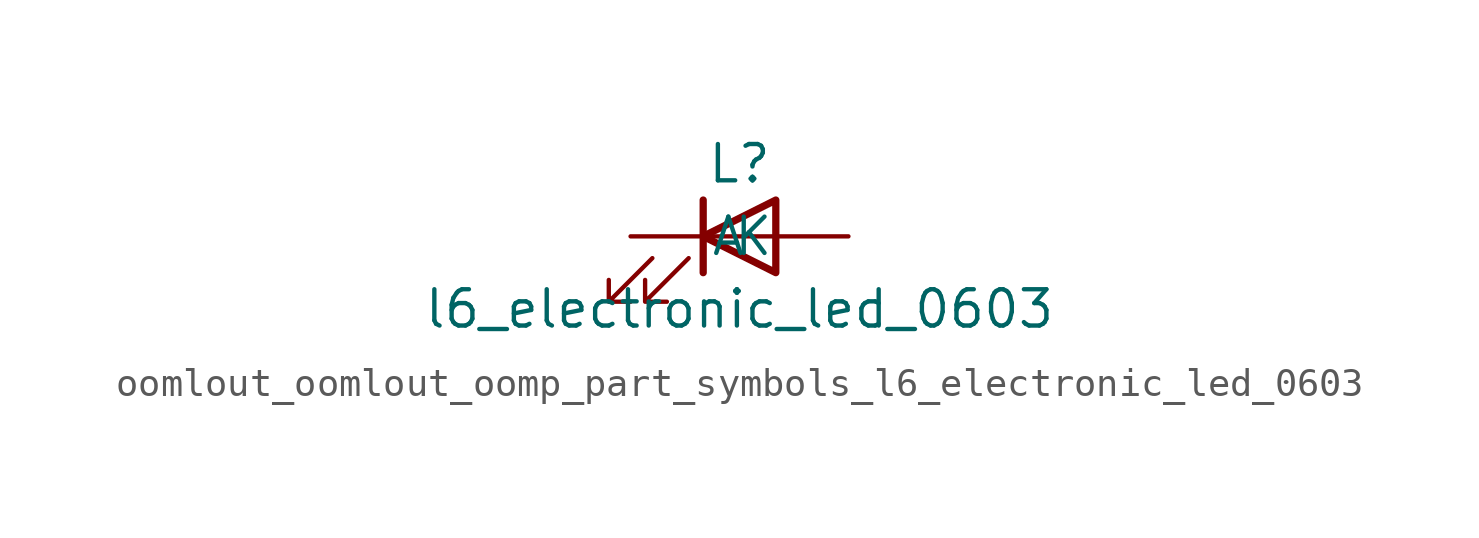
<source format=kicad_sym>
(kicad_symbol_lib
  (version 20220914)
  (generator kicad_symbol_editor)
  (symbol "oomlout_oomlout_oomp_part_symbols_l6_electronic_led_0603"
    (pin_numbers hide)
    (pin_names
      (offset 1.016))
    (property "Reference" "L"
      (at 0 2.54 0)
      (effects (font (size 1.27 1.27))))
    (property "Value" "l6_electronic_led_0603"
      (at 0 -2.54 0)
      (effects (font (size 1.27 1.27))))
    (symbol "oomlout_oomlout_oomp_part_symbols_l6_electronic_led_0603_0_1"
      (polyline (pts (xy -1.27 -1.27) (xy -1.27 1.27)) (stroke (width 0.254) (type default)) (fill (type none)))
      (polyline (pts (xy -1.27 0) (xy 1.27 0)) (stroke (width 0) (type default)) (fill (type none)))
      (polyline (pts (xy 1.27 -1.27) (xy 1.27 1.27) (xy -1.27 0) (xy 1.27 -1.27)) (stroke (width 0.254) (type default)) (fill (type none)))
      (polyline (pts (xy -3.048 -0.762) (xy -4.572 -2.286) (xy -3.81 -2.286) (xy -4.572 -2.286) (xy -4.572 -1.524)) (stroke (width 0) (type default)) (fill (type none)))
      (polyline (pts (xy -1.778 -0.762) (xy -3.302 -2.286) (xy -2.54 -2.286) (xy -3.302 -2.286) (xy -3.302 -1.524)) (stroke (width 0) (type default)) (fill (type none))))
    (symbol "oomlout_oomlout_oomp_part_symbols_l6_electronic_led_0603_1_1"
      (pin passive line (at -3.81 0 0) (length 2.54) (name "K" (effects (font (size 1.27 1.27)))) (number "1" (effects (font (size 1.27 1.27)))))
      (pin passive line (at 3.81 0 180) (length 2.54) (name "A" (effects (font (size 1.27 1.27)))) (number "2" (effects (font (size 1.27 1.27))))))))
</source>
